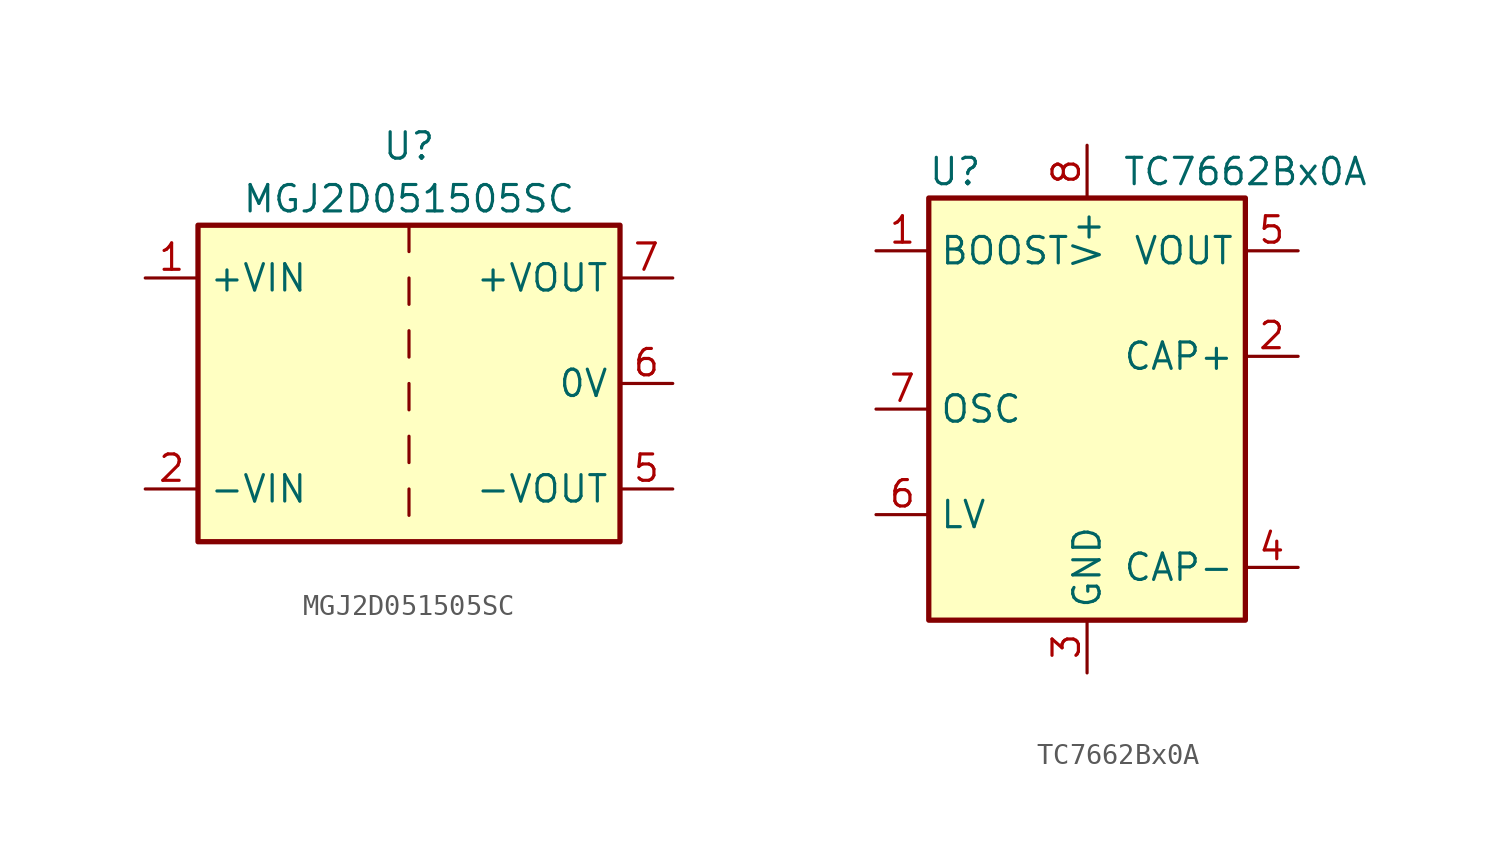
<source format=kicad_sym>
(kicad_symbol_lib
  (version 20220914)
  (generator kicad_symbol_editor)
  (symbol "MGJ2D051505SC"
    (property "Reference" "U"
      (at 0 11.43 0)
      (effects (font (size 1.27 1.27))))
    (property "Value" "MGJ2D051505SC"
      (at 0 8.89 0)
      (effects (font (size 1.27 1.27))))
    (symbol "MGJ2D051505SC_0_1"
      (rectangle (start -10.16 7.62) (end 10.16 -7.62) (stroke (width 0.254) (type default)) (fill (type background)))
      (polyline (pts (xy 0 -5.08) (xy 0 -6.35)) (stroke (width 0) (type default)) (fill (type none)))
      (polyline (pts (xy 0 -2.54) (xy 0 -3.81)) (stroke (width 0) (type default)) (fill (type none)))
      (polyline (pts (xy 0 0) (xy 0 -1.27)) (stroke (width 0) (type default)) (fill (type none)))
      (polyline (pts (xy 0 2.54) (xy 0 1.27)) (stroke (width 0) (type default)) (fill (type none)))
      (polyline (pts (xy 0 5.08) (xy 0 3.81)) (stroke (width 0) (type default)) (fill (type none)))
      (polyline (pts (xy 0 7.62) (xy 0 6.35)) (stroke (width 0) (type default)) (fill (type none))))
    (symbol "MGJ2D051505SC_1_1"
      (pin power_in line (at -12.7 5.08 0) (length 2.54) (name "+VIN" (effects (font (size 1.27 1.27)))) (number "1" (effects (font (size 1.27 1.27)))))
      (pin power_in line (at -12.7 -5.08 0) (length 2.54) (name "-VIN" (effects (font (size 1.27 1.27)))) (number "2" (effects (font (size 1.27 1.27)))))
      (pin power_out line (at 12.7 -5.08 180) (length 2.54) (name "-VOUT" (effects (font (size 1.27 1.27)))) (number "5" (effects (font (size 1.27 1.27)))))
      (pin power_out line (at 12.7 0 180) (length 2.54) (name "0V" (effects (font (size 1.27 1.27)))) (number "6" (effects (font (size 1.27 1.27)))))
      (pin power_out line (at 12.7 5.08 180) (length 2.54) (name "+VOUT" (effects (font (size 1.27 1.27)))) (number "7" (effects (font (size 1.27 1.27)))))))
  (symbol "TC7662Bx0A"
    (property "Reference" "U"
      (at -6.35 11.43 0)
      (effects (font (size 1.27 1.27))))
    (property "Value" "TC7662Bx0A"
      (at 7.62 11.43 0)
      (effects (font (size 1.27 1.27))))
    (symbol "TC7662Bx0A_0_1"
      (rectangle (start -7.62 10.16) (end 7.62 -10.16) (stroke (width 0.254) (type default)) (fill (type background))))
    (symbol "TC7662Bx0A_1_1"
      (pin input line (at -10.16 7.62 0) (length 2.54) (name "BOOST" (effects (font (size 1.27 1.27)))) (number "1" (effects (font (size 1.27 1.27)))))
      (pin passive line (at 10.16 2.54 180) (length 2.54) (name "CAP+" (effects (font (size 1.27 1.27)))) (number "2" (effects (font (size 1.27 1.27)))))
      (pin power_in line (at 0 -12.7 90) (length 2.54) (name "GND" (effects (font (size 1.27 1.27)))) (number "3" (effects (font (size 1.27 1.27)))))
      (pin passive line (at 10.16 -7.62 180) (length 2.54) (name "CAP-" (effects (font (size 1.27 1.27)))) (number "4" (effects (font (size 1.27 1.27)))))
      (pin power_out line (at 10.16 7.62 180) (length 2.54) (name "VOUT" (effects (font (size 1.27 1.27)))) (number "5" (effects (font (size 1.27 1.27)))))
      (pin input line (at -10.16 -5.08 0) (length 2.54) (name "LV" (effects (font (size 1.27 1.27)))) (number "6" (effects (font (size 1.27 1.27)))))
      (pin passive line (at -10.16 0 0) (length 2.54) (name "OSC" (effects (font (size 1.27 1.27)))) (number "7" (effects (font (size 1.27 1.27)))))
      (pin power_in line (at 0 12.7 270) (length 2.54) (name "V+" (effects (font (size 1.27 1.27)))) (number "8" (effects (font (size 1.27 1.27))))))))
</source>
